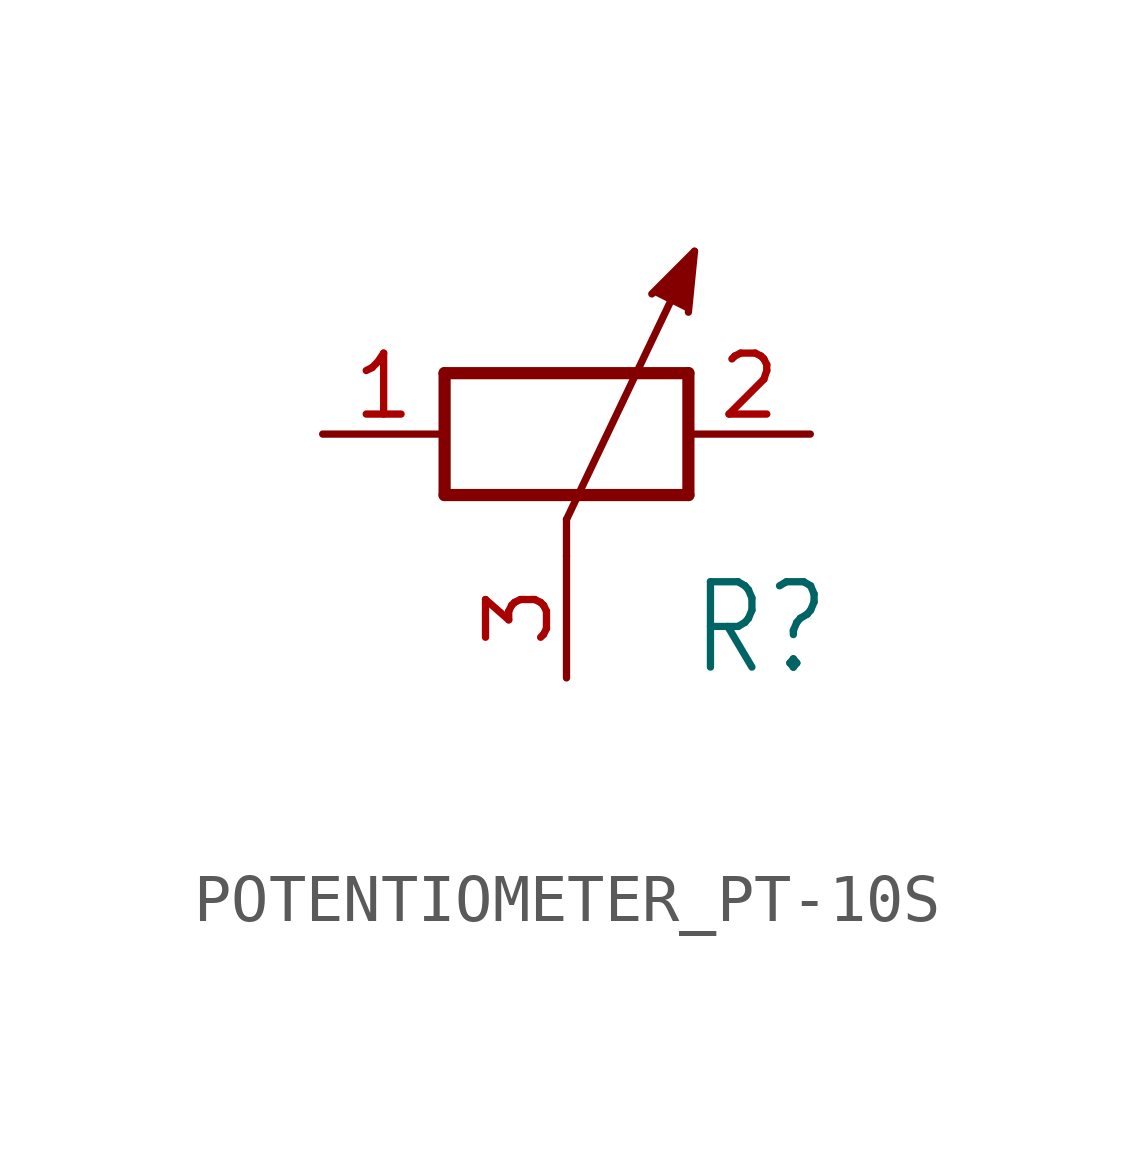
<source format=kicad_sym>
(kicad_symbol_lib
  (version 20220914)
  (generator kicad_symbol_editor)
  (symbol "POTENTIOMETER_PT-10S"
    (property "Reference" "R"
      (at 2.54 -5.08 0)
      (effects (font (size 1.778 1.511)) (justify left bottom)))
    (property "Value" ""
      (at 2.54 -7.62 0)
      (effects (font (size 1.778 1.511)) (justify left bottom)))
    (property "ki_locked" ""
      (at 0 0 0)
      (effects (font (size 1.27 1.27))))
    (symbol "POTENTIOMETER_PT-10S_1_0"
      (polyline (pts (xy -2.54 -1.27) (xy 2.54 -1.27)) (stroke (width 0.254) (type solid)) (fill (type none)))
      (polyline (pts (xy -2.54 1.27) (xy -2.54 -1.27)) (stroke (width 0.254) (type solid)) (fill (type none)))
      (polyline (pts (xy 0 -1.778) (xy 0 -2.54)) (stroke (width 0.152) (type solid)) (fill (type none)))
      (polyline (pts (xy 0 -1.778) (xy 2.667 3.81)) (stroke (width 0.152) (type solid)) (fill (type none)))
      (polyline (pts (xy 2.54 -1.27) (xy 2.54 1.27)) (stroke (width 0.254) (type solid)) (fill (type none)))
      (polyline (pts (xy 2.54 1.27) (xy -2.54 1.27)) (stroke (width 0.254) (type solid)) (fill (type none)))
      (polyline (pts (xy 2.54 2.54) (xy 2.667 3.81) (xy 1.778 2.921)) (stroke (width 0.152) (type solid)) (fill (type outline)))
      (pin passive line (at -5.08 0 0) (length 2.54) (name "1" (effects (font (size 0 0)))) (number "1" (effects (font (size 1.27 1.27)))))
      (pin passive line (at 5.08 0 180) (length 2.54) (name "2" (effects (font (size 0 0)))) (number "2" (effects (font (size 1.27 1.27)))))
      (pin passive line (at 0 -5.08 90) (length 2.54) (name "3" (effects (font (size 0 0)))) (number "3" (effects (font (size 1.27 1.27))))))))
</source>
